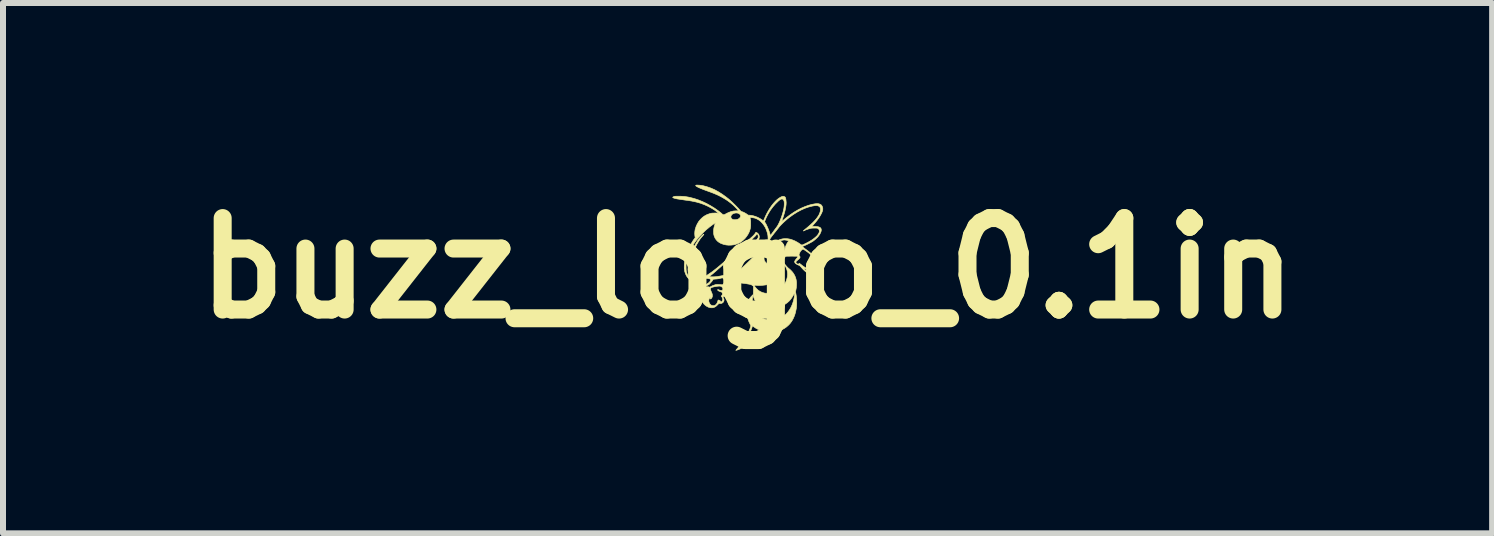
<source format=kicad_pcb>
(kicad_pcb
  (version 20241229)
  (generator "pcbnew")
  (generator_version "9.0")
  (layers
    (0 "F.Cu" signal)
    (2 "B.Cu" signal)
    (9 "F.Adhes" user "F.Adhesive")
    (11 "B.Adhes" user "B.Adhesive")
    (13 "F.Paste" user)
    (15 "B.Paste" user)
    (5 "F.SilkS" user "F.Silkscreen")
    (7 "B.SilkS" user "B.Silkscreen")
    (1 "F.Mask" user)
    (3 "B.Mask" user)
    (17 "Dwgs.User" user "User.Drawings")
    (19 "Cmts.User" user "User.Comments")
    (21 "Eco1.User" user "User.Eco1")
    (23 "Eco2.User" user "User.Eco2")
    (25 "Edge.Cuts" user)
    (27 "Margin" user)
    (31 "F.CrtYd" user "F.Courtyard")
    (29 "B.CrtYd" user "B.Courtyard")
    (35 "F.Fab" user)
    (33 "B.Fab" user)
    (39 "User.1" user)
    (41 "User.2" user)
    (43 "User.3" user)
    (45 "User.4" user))
  (footprint "buzz_logo_0.1in"
    (layer "F.Cu")
    (at 9.405 1.418)
    (property "Reference" "buzz_logo_0.1in" (at 0 0 0) (layer "F.SilkS") (effects (font (size 1.524 1.524) (thickness 0.3))))
    (attr through_hole)
    (fp_poly (pts (xy -0.815 -1.383) (xy -0.796 -1.382) (xy -0.777 -1.38) (xy -0.759 -1.377) (xy -0.745 -1.375) (xy -0.68 -1.358) (xy -0.616 -1.336) (xy -0.551 -1.308) (xy -0.487 -1.273) (xy -0.423 -1.233) (xy -0.358 -1.186) (xy -0.311 -1.149) (xy -0.293 -1.133) (xy -0.273 -1.115) (xy -0.25 -1.094) (xy -0.227 -1.071) (xy -0.203 -1.048) (xy -0.181 -1.025) (xy -0.16 -1.004) (xy -0.143 -0.985) (xy -0.132 -0.972) (xy -0.121 -0.96) (xy -0.114 -0.952) (xy -0.107 -0.947) (xy -0.1 -0.944) (xy -0.092 -0.941) (xy -0.07 -0.933) (xy -0.046 -0.921) (xy -0.023 -0.908) (xy -0.01 -0.898) (xy 0.001 -0.89) (xy 0.008 -0.886) (xy 0.015 -0.883) (xy 0.023 -0.883) (xy 0.029 -0.883) (xy 0.061 -0.88) (xy 0.095 -0.873) (xy 0.131 -0.862) (xy 0.167 -0.848) (xy 0.202 -0.83) (xy 0.234 -0.81) (xy 0.238 -0.807) (xy 0.248 -0.8) (xy 0.257 -0.794) (xy 0.262 -0.79) (xy 0.262 -0.79) (xy 0.265 -0.791) (xy 0.269 -0.798) (xy 0.275 -0.81) (xy 0.28 -0.822) (xy 0.301 -0.87) (xy 0.324 -0.917) (xy 0.35 -0.963) (xy 0.377 -1.006) (xy 0.405 -1.046) (xy 0.434 -1.082) (xy 0.464 -1.115) (xy 0.493 -1.143) (xy 0.523 -1.166) (xy 0.551 -1.183) (xy 0.553 -1.184) (xy 0.572 -1.193) (xy 0.589 -1.197) (xy 0.603 -1.196) (xy 0.615 -1.192) (xy 0.62 -1.189) (xy 0.625 -1.185) (xy 0.63 -1.179) (xy 0.633 -1.171) (xy 0.636 -1.16) (xy 0.639 -1.144) (xy 0.641 -1.126) (xy 0.644 -1.092) (xy 0.642 -1.055) (xy 0.636 -1.014) (xy 0.627 -0.968) (xy 0.614 -0.917) (xy 0.597 -0.862) (xy 0.591 -0.845) (xy 0.585 -0.826) (xy 0.579 -0.81) (xy 0.575 -0.796) (xy 0.571 -0.786) (xy 0.57 -0.781) (xy 0.57 -0.779) (xy 0.573 -0.779) (xy 0.579 -0.784) (xy 0.588 -0.792) (xy 0.594 -0.797) (xy 0.652 -0.846) (xy 0.711 -0.89) (xy 0.771 -0.931) (xy 0.832 -0.967) (xy 0.893 -0.999) (xy 0.954 -1.025) (xy 1.014 -1.047) (xy 1.072 -1.063) (xy 1.129 -1.073) (xy 1.131 -1.073) (xy 1.16 -1.075) (xy 1.186 -1.073) (xy 1.208 -1.066) (xy 1.226 -1.055) (xy 1.236 -1.044) (xy 1.245 -1.028) (xy 1.251 -1.009) (xy 1.254 -0.99) (xy 1.254 -0.987) (xy 1.252 -0.967) (xy 1.245 -0.943) (xy 1.234 -0.917) (xy 1.219 -0.888) (xy 1.201 -0.857) (xy 1.179 -0.824) (xy 1.155 -0.791) (xy 1.128 -0.758) (xy 1.099 -0.725) (xy 1.098 -0.723) (xy 1.073 -0.695) (xy 1.115 -0.695) (xy 1.147 -0.694) (xy 1.173 -0.691) (xy 1.194 -0.685) (xy 1.21 -0.677) (xy 1.221 -0.666) (xy 1.227 -0.652) (xy 1.229 -0.635) (xy 1.226 -0.615) (xy 1.218 -0.593) (xy 1.206 -0.569) (xy 1.19 -0.545) (xy 1.171 -0.52) (xy 1.148 -0.497) (xy 1.124 -0.475) (xy 1.099 -0.455) (xy 1.092 -0.45) (xy 1.071 -0.437) (xy 1.049 -0.425) (xy 1.025 -0.412) (xy 0.997 -0.398) (xy 0.965 -0.383) (xy 0.963 -0.382) (xy 0.914 -0.361) (xy 0.922 -0.353) (xy 0.926 -0.349) (xy 0.935 -0.342) (xy 0.947 -0.332) (xy 0.962 -0.32) (xy 0.979 -0.308) (xy 0.991 -0.299) (xy 1.019 -0.277) (xy 1.046 -0.255) (xy 1.07 -0.234) (xy 1.091 -0.214) (xy 1.109 -0.196) (xy 1.122 -0.181) (xy 1.129 -0.171) (xy 1.133 -0.162) (xy 1.136 -0.155) (xy 1.137 -0.146) (xy 1.136 -0.134) (xy 1.136 -0.131) (xy 1.135 -0.118) (xy 1.133 -0.108) (xy 1.13 -0.098) (xy 1.124 -0.086) (xy 1.121 -0.079) (xy 1.11 -0.058) (xy 1.101 -0.04) (xy 1.094 -0.027) (xy 1.089 -0.016) (xy 1.086 -0.007) (xy 1.083 0.002) (xy 1.081 0.011) (xy 1.08 0.012) (xy 1.073 0.034) (xy 1.061 0.052) (xy 1.044 0.066) (xy 1.033 0.072) (xy 1.019 0.077) (xy 1.006 0.078) (xy 0.992 0.074) (xy 0.977 0.066) (xy 0.972 0.062) (xy 0.959 0.051) (xy 0.945 0.039) (xy 0.932 0.026) (xy 0.916 0.01) (xy 0.898 -0.011) (xy 0.898 -0.011) (xy 0.887 -0.024) (xy 0.878 -0.033) (xy 0.871 -0.04) (xy 0.864 -0.044) (xy 0.856 -0.048) (xy 0.847 -0.052) (xy 0.826 -0.061) (xy 0.809 -0.072) (xy 0.795 -0.083) (xy 0.787 -0.095) (xy 0.786 -0.099) (xy 0.806 -0.099) (xy 0.81 -0.087) (xy 0.816 -0.079) (xy 0.823 -0.073) (xy 0.83 -0.071) (xy 0.841 -0.07) (xy 0.841 -0.07) (xy 0.851 -0.07) (xy 0.857 -0.072) (xy 0.86 -0.076) (xy 0.86 -0.076) (xy 0.861 -0.079) (xy 0.864 -0.08) (xy 0.868 -0.078) (xy 0.875 -0.073) (xy 0.885 -0.065) (xy 0.892 -0.06) (xy 0.913 -0.043) (xy 0.931 -0.03) (xy 0.947 -0.02) (xy 0.961 -0.01) (xy 0.965 -0.008) (xy 0.973 -0.003) (xy 0.976 0.000427) (xy 0.975 0.003) (xy 0.973 0.007) (xy 0.967 0.011) (xy 0.96 0.012) (xy 0.954 0.011) (xy 0.941 0.009) (xy 0.954 0.021) (xy 0.969 0.032) (xy 0.985 0.041) (xy 1.001 0.046) (xy 1.011 0.048) (xy 1.022 0.046) (xy 1.034 0.043) (xy 1.037 0.041) (xy 1.045 0.037) (xy 1.05 0.033) (xy 1.051 0.031) (xy 1.049 0.021) (xy 1.045 0.014) (xy 1.041 0.013) (xy 1.035 0.011) (xy 1.033 0.009) (xy 1.034 0.005) (xy 1.037 -0.003) (xy 1.042 -0.015) (xy 1.049 -0.029) (xy 1.052 -0.036) (xy 1.06 -0.052) (xy 1.067 -0.068) (xy 1.073 -0.082) (xy 1.076 -0.091) (xy 1.077 -0.093) (xy 1.079 -0.102) (xy 1.081 -0.106) (xy 1.083 -0.105) (xy 1.085 -0.103) (xy 1.09 -0.099) (xy 1.096 -0.102) (xy 1.103 -0.11) (xy 1.106 -0.115) (xy 1.111 -0.131) (xy 1.11 -0.148) (xy 1.105 -0.165) (xy 1.103 -0.168) (xy 1.092 -0.184) (xy 1.075 -0.204) (xy 1.053 -0.224) (xy 1.027 -0.247) (xy 0.998 -0.27) (xy 0.965 -0.293) (xy 0.945 -0.306) (xy 0.936 -0.313) (xy 0.929 -0.316) (xy 0.924 -0.316) (xy 0.919 -0.315) (xy 0.918 -0.314) (xy 0.905 -0.306) (xy 0.892 -0.293) (xy 0.879 -0.276) (xy 0.871 -0.261) (xy 0.863 -0.243) (xy 0.859 -0.229) (xy 0.858 -0.218) (xy 0.86 -0.21) (xy 0.865 -0.204) (xy 0.873 -0.194) (xy 0.875 -0.184) (xy 0.873 -0.173) (xy 0.864 -0.161) (xy 0.85 -0.147) (xy 0.839 -0.138) (xy 0.828 -0.128) (xy 0.818 -0.12) (xy 0.812 -0.114) (xy 0.81 -0.111) (xy 0.806 -0.099) (xy 0.786 -0.099) (xy 0.784 -0.106) (xy 0.787 -0.118) (xy 0.795 -0.132) (xy 0.807 -0.149) (xy 0.817 -0.161) (xy 0.829 -0.175) (xy 0.835 -0.185) (xy 0.838 -0.191) (xy 0.836 -0.196) (xy 0.829 -0.198) (xy 0.824 -0.199) (xy 0.813 -0.199) (xy 0.798 -0.199) (xy 0.779 -0.199) (xy 0.758 -0.2) (xy 0.736 -0.2) (xy 0.714 -0.2) (xy 0.693 -0.199) (xy 0.674 -0.199) (xy 0.658 -0.199) (xy 0.646 -0.198) (xy 0.638 -0.198) (xy 0.637 -0.198) (xy 0.631 -0.196) (xy 0.629 -0.192) (xy 0.627 -0.188) (xy 0.622 -0.181) (xy 0.615 -0.17) (xy 0.606 -0.159) (xy 0.598 -0.147) (xy 0.59 -0.137) (xy 0.586 -0.129) (xy 0.584 -0.125) (xy 0.586 -0.118) (xy 0.591 -0.108) (xy 0.598 -0.096) (xy 0.607 -0.083) (xy 0.612 -0.076) (xy 0.629 -0.056) (xy 0.645 -0.037) (xy 0.66 -0.02) (xy 0.673 -0.007) (xy 0.684 0.003) (xy 0.688 0.006) (xy 0.703 0.018) (xy 0.72 0.034) (xy 0.737 0.052) (xy 0.752 0.069) (xy 0.759 0.079) (xy 0.782 0.115) (xy 0.799 0.153) (xy 0.81 0.193) (xy 0.816 0.236) (xy 0.816 0.281) (xy 0.812 0.329) (xy 0.806 0.361) (xy 0.8 0.394) (xy 0.806 0.427) (xy 0.812 0.464) (xy 0.816 0.505) (xy 0.818 0.548) (xy 0.819 0.59) (xy 0.817 0.631) (xy 0.813 0.668) (xy 0.811 0.679) (xy 0.799 0.737) (xy 0.783 0.79) (xy 0.762 0.838) (xy 0.738 0.882) (xy 0.709 0.921) (xy 0.686 0.946) (xy 0.649 0.979) (xy 0.608 1.007) (xy 0.563 1.03) (xy 0.513 1.048) (xy 0.46 1.062) (xy 0.402 1.071) (xy 0.371 1.074) (xy 0.349 1.075) (xy 0.331 1.076) (xy 0.318 1.078) (xy 0.308 1.08) (xy 0.3 1.082) (xy 0.293 1.086) (xy 0.286 1.09) (xy 0.278 1.097) (xy 0.271 1.103) (xy 0.229 1.136) (xy 0.184 1.17) (xy 0.137 1.202) (xy 0.091 1.233) (xy 0.046 1.261) (xy 0.027 1.272) (xy -0.003 1.288) (xy -0.034 1.304) (xy -0.067 1.32) (xy -0.098 1.334) (xy -0.128 1.347) (xy -0.155 1.358) (xy -0.178 1.366) (xy -0.181 1.366) (xy -0.19 1.369) (xy -0.195 1.37) (xy -0.195 1.369) (xy -0.193 1.366) (xy -0.19 1.362) (xy -0.183 1.353) (xy -0.174 1.343) (xy -0.165 1.332) (xy -0.164 1.331) (xy -0.135 1.331) (xy -0.11 1.318) (xy -0.098 1.311) (xy -0.082 1.303) (xy -0.064 1.293) (xy -0.046 1.283) (xy -0.038 1.278) (xy 0.009 1.252) (xy 0.054 1.225) (xy 0.095 1.2) (xy 0.133 1.176) (xy 0.166 1.153) (xy 0.195 1.132) (xy 0.219 1.113) (xy 0.239 1.096) (xy 0.253 1.08) (xy 0.257 1.075) (xy 0.263 1.066) (xy 0.266 1.06) (xy 0.267 1.058) (xy 0.264 1.056) (xy 0.256 1.053) (xy 0.245 1.049) (xy 0.239 1.047) (xy 0.211 1.037) (xy 0.183 1.024) (xy 0.155 1.01) (xy 0.129 0.995) (xy 0.107 0.979) (xy 0.096 0.97) (xy 0.084 0.959) (xy 0.076 0.982) (xy 0.068 1.006) (xy 0.057 1.034) (xy 0.045 1.064) (xy 0.032 1.093) (xy 0.019 1.121) (xy 0.017 1.124) (xy -0.007 1.169) (xy -0.031 1.208) (xy -0.056 1.244) (xy -0.084 1.278) (xy -0.105 1.3) (xy -0.135 1.331) (xy -0.164 1.331) (xy -0.136 1.296) (xy -0.108 1.259) (xy -0.081 1.221) (xy -0.055 1.182) (xy -0.031 1.144) (xy -0.009 1.108) (xy 0.01 1.073) (xy 0.027 1.04) (xy 0.039 1.011) (xy 0.048 0.986) (xy 0.05 0.98) (xy 0.055 0.959) (xy 0.036 0.919) (xy 0.022 0.889) (xy 0.01 0.856) (xy -0.002 0.824) (xy -0.011 0.794) (xy -0.014 0.778) (xy -0.016 0.765) (xy -0.018 0.748) (xy -0.02 0.729) (xy -0.021 0.708) (xy -0.021 0.703) (xy -0.022 0.682) (xy -0.022 0.665) (xy -0.021 0.652) (xy -0.02 0.639) (xy -0.017 0.627) (xy -0.017 0.622) (xy -0.006 0.581) (xy 0.006 0.554) (xy 0.077 0.554) (xy 0.078 0.598) (xy 0.085 0.64) (xy 0.098 0.679) (xy 0.107 0.7) (xy 0.127 0.734) (xy 0.153 0.765) (xy 0.183 0.793) (xy 0.216 0.817) (xy 0.252 0.836) (xy 0.29 0.85) (xy 0.31 0.855) (xy 0.328 0.858) (xy 0.35 0.86) (xy 0.375 0.86) (xy 0.4 0.859) (xy 0.423 0.858) (xy 0.439 0.855) (xy 0.458 0.851) (xy 0.48 0.846) (xy 0.503 0.84) (xy 0.525 0.834) (xy 0.543 0.828) (xy 0.55 0.826) (xy 0.584 0.81) (xy 0.616 0.788) (xy 0.647 0.761) (xy 0.675 0.728) (xy 0.701 0.691) (xy 0.725 0.65) (xy 0.745 0.605) (xy 0.753 0.582) (xy 0.759 0.564) (xy 0.765 0.544) (xy 0.77 0.523) (xy 0.775 0.501) (xy 0.779 0.48) (xy 0.782 0.461) (xy 0.784 0.444) (xy 0.785 0.43) (xy 0.784 0.421) (xy 0.783 0.416) (xy 0.782 0.416) (xy 0.779 0.419) (xy 0.775 0.426) (xy 0.771 0.436) (xy 0.77 0.437) (xy 0.759 0.458) (xy 0.745 0.481) (xy 0.729 0.505) (xy 0.712 0.527) (xy 0.696 0.545) (xy 0.694 0.547) (xy 0.66 0.577) (xy 0.624 0.602) (xy 0.585 0.622) (xy 0.556 0.633) (xy 0.524 0.642) (xy 0.495 0.649) (xy 0.464 0.653) (xy 0.431 0.654) (xy 0.419 0.654) (xy 0.364 0.652) (xy 0.312 0.645) (xy 0.264 0.633) (xy 0.22 0.616) (xy 0.213 0.612) (xy 0.196 0.604) (xy 0.184 0.596) (xy 0.172 0.588) (xy 0.16 0.576) (xy 0.154 0.57) (xy 0.131 0.544) (xy 0.114 0.516) (xy 0.103 0.487) (xy 0.102 0.483) (xy 0.1 0.471) (xy 0.097 0.461) (xy 0.097 0.459) (xy 0.095 0.454) (xy 0.094 0.453) (xy 0.092 0.457) (xy 0.09 0.465) (xy 0.081 0.51) (xy 0.077 0.554) (xy 0.006 0.554) (xy 0.01 0.544) (xy 0.03 0.51) (xy 0.056 0.478) (xy 0.066 0.467) (xy 0.096 0.437) (xy 0.098 0.371) (xy 0.098 0.347) (xy 0.098 0.328) (xy 0.098 0.315) (xy 0.096 0.304) (xy 0.094 0.297) (xy 0.09 0.292) (xy 0.084 0.288) (xy 0.077 0.284) (xy 0.109 0.284) (xy 0.11 0.287) (xy 0.114 0.293) (xy 0.12 0.303) (xy 0.122 0.307) (xy 0.147 0.338) (xy 0.175 0.365) (xy 0.207 0.387) (xy 0.243 0.404) (xy 0.282 0.415) (xy 0.288 0.416) (xy 0.305 0.418) (xy 0.327 0.418) (xy 0.35 0.417) (xy 0.374 0.414) (xy 0.396 0.411) (xy 0.408 0.408) (xy 0.435 0.399) (xy 0.465 0.387) (xy 0.495 0.372) (xy 0.522 0.356) (xy 0.535 0.347) (xy 0.551 0.334) (xy 0.569 0.318) (xy 0.587 0.3) (xy 0.603 0.282) (xy 0.616 0.266) (xy 0.625 0.253) (xy 0.641 0.221) (xy 0.653 0.186) (xy 0.662 0.15) (xy 0.666 0.113) (xy 0.667 0.099) (xy 0.664 0.061) (xy 0.656 0.025) (xy 0.643 -0.008) (xy 0.624 -0.041) (xy 0.599 -0.072) (xy 0.586 -0.086) (xy 0.576 -0.096) (xy 0.567 -0.104) (xy 0.562 -0.109) (xy 0.56 -0.11) (xy 0.559 -0.106) (xy 0.561 -0.098) (xy 0.562 -0.09) (xy 0.565 -0.073) (xy 0.566 -0.051) (xy 0.566 -0.028) (xy 0.565 -0.004) (xy 0.563 0.018) (xy 0.561 0.03) (xy 0.554 0.059) (xy 0.543 0.089) (xy 0.531 0.119) (xy 0.516 0.147) (xy 0.501 0.173) (xy 0.485 0.195) (xy 0.468 0.212) (xy 0.465 0.214) (xy 0.445 0.229) (xy 0.421 0.243) (xy 0.394 0.255) (xy 0.373 0.263) (xy 0.338 0.273) (xy 0.298 0.28) (xy 0.255 0.285) (xy 0.212 0.288) (xy 0.169 0.288) (xy 0.148 0.286) (xy 0.133 0.285) (xy 0.121 0.284) (xy 0.112 0.284) (xy 0.109 0.284) (xy 0.109 0.284) (xy 0.077 0.284) (xy 0.077 0.284) (xy 0.072 0.282) (xy 0.062 0.277) (xy 0.051 0.273) (xy 0.037 0.269) (xy 0.022 0.266) (xy 0.003 0.263) (xy -0.019 0.259) (xy -0.046 0.255) (xy -0.079 0.251) (xy -0.094 0.249) (xy -0.11 0.248) (xy -0.131 0.246) (xy -0.154 0.244) (xy -0.179 0.243) (xy -0.203 0.241) (xy -0.207 0.241) (xy -0.235 0.24) (xy -0.259 0.238) (xy -0.278 0.236) (xy -0.294 0.234) (xy -0.307 0.23) (xy -0.318 0.226) (xy -0.328 0.222) (xy -0.336 0.218) (xy -0.34 0.216) (xy -0.341 0.216) (xy -0.343 0.219) (xy -0.347 0.226) (xy -0.354 0.236) (xy -0.356 0.24) (xy -0.371 0.263) (xy -0.381 0.283) (xy -0.387 0.299) (xy -0.389 0.313) (xy -0.387 0.327) (xy -0.381 0.34) (xy -0.371 0.353) (xy -0.362 0.364) (xy -0.347 0.381) (xy -0.337 0.395) (xy -0.331 0.408) (xy -0.33 0.42) (xy -0.333 0.433) (xy -0.335 0.436) (xy -0.341 0.446) (xy -0.352 0.454) (xy -0.368 0.461) (xy -0.382 0.465) (xy -0.393 0.468) (xy -0.402 0.472) (xy -0.406 0.475) (xy -0.409 0.478) (xy -0.409 0.482) (xy -0.406 0.488) (xy -0.403 0.496) (xy -0.395 0.512) (xy -0.392 0.526) (xy -0.392 0.539) (xy -0.394 0.547) (xy -0.401 0.563) (xy -0.413 0.575) (xy -0.428 0.585) (xy -0.445 0.589) (xy -0.462 0.589) (xy -0.476 0.587) (xy -0.502 0.613) (xy -0.522 0.632) (xy -0.54 0.645) (xy -0.557 0.653) (xy -0.575 0.658) (xy -0.589 0.66) (xy -0.619 0.659) (xy -0.649 0.651) (xy -0.678 0.637) (xy -0.703 0.62) (xy -0.728 0.596) (xy -0.75 0.567) (xy -0.763 0.545) (xy -0.646 0.545) (xy -0.643 0.563) (xy -0.634 0.585) (xy -0.622 0.603) (xy -0.606 0.616) (xy -0.588 0.623) (xy -0.568 0.625) (xy -0.551 0.622) (xy -0.535 0.614) (xy -0.521 0.601) (xy -0.509 0.584) (xy -0.499 0.562) (xy -0.495 0.547) (xy -0.492 0.537) (xy -0.49 0.532) (xy -0.487 0.531) (xy -0.481 0.532) (xy -0.469 0.536) (xy -0.458 0.542) (xy -0.45 0.549) (xy -0.45 0.55) (xy -0.448 0.555) (xy -0.452 0.56) (xy -0.453 0.56) (xy -0.456 0.563) (xy -0.455 0.565) (xy -0.449 0.565) (xy -0.441 0.564) (xy -0.434 0.559) (xy -0.427 0.553) (xy -0.419 0.541) (xy -0.414 0.531) (xy -0.414 0.52) (xy -0.416 0.51) (xy -0.421 0.492) (xy -0.428 0.479) (xy -0.435 0.472) (xy -0.438 0.47) (xy -0.438 0.467) (xy -0.435 0.462) (xy -0.43 0.457) (xy -0.423 0.448) (xy -0.42 0.44) (xy -0.419 0.43) (xy -0.419 0.428) (xy -0.42 0.415) (xy -0.423 0.406) (xy -0.425 0.404) (xy -0.393 0.404) (xy -0.392 0.416) (xy -0.389 0.428) (xy -0.386 0.438) (xy -0.383 0.445) (xy -0.38 0.448) (xy -0.375 0.446) (xy -0.368 0.441) (xy -0.365 0.438) (xy -0.357 0.429) (xy -0.355 0.419) (xy -0.359 0.41) (xy -0.369 0.399) (xy -0.371 0.397) (xy -0.38 0.39) (xy -0.385 0.387) (xy -0.389 0.387) (xy -0.39 0.389) (xy -0.392 0.395) (xy -0.393 0.404) (xy -0.425 0.404) (xy -0.43 0.4) (xy -0.442 0.395) (xy -0.442 0.395) (xy -0.465 0.387) (xy -0.481 0.38) (xy -0.492 0.373) (xy -0.498 0.365) (xy -0.498 0.361) (xy -0.497 0.357) (xy -0.491 0.356) (xy -0.48 0.36) (xy -0.472 0.364) (xy -0.458 0.369) (xy -0.444 0.371) (xy -0.431 0.371) (xy -0.421 0.368) (xy -0.418 0.366) (xy -0.412 0.355) (xy -0.411 0.342) (xy -0.414 0.331) (xy -0.422 0.319) (xy -0.433 0.309) (xy -0.445 0.302) (xy -0.446 0.302) (xy -0.459 0.299) (xy -0.477 0.299) (xy -0.5 0.301) (xy -0.527 0.305) (xy -0.545 0.308) (xy -0.566 0.313) (xy -0.583 0.317) (xy -0.595 0.321) (xy -0.604 0.325) (xy -0.609 0.329) (xy -0.614 0.335) (xy -0.615 0.337) (xy -0.617 0.344) (xy -0.618 0.352) (xy -0.616 0.362) (xy -0.611 0.376) (xy -0.604 0.393) (xy -0.6 0.404) (xy -0.593 0.419) (xy -0.589 0.43) (xy -0.587 0.44) (xy -0.586 0.451) (xy -0.586 0.456) (xy -0.586 0.469) (xy -0.588 0.479) (xy -0.592 0.488) (xy -0.595 0.493) (xy -0.603 0.505) (xy -0.611 0.512) (xy -0.617 0.514) (xy -0.618 0.512) (xy -0.619 0.504) (xy -0.619 0.501) (xy -0.619 0.488) (xy -0.626 0.494) (xy -0.637 0.508) (xy -0.644 0.525) (xy -0.646 0.545) (xy -0.763 0.545) (xy -0.769 0.535) (xy -0.784 0.499) (xy -0.795 0.461) (xy -0.802 0.424) (xy -0.802 0.407) (xy -0.8 0.387) (xy -0.796 0.367) (xy -0.791 0.35) (xy -0.788 0.344) (xy -0.78 0.331) (xy -0.769 0.321) (xy -0.727 0.321) (xy -0.724 0.321) (xy -0.717 0.32) (xy -0.707 0.317) (xy -0.693 0.313) (xy -0.677 0.311) (xy -0.668 0.31) (xy -0.656 0.311) (xy -0.644 0.312) (xy -0.639 0.314) (xy -0.631 0.317) (xy -0.626 0.316) (xy -0.623 0.314) (xy -0.614 0.308) (xy -0.601 0.301) (xy -0.585 0.293) (xy -0.567 0.286) (xy -0.55 0.28) (xy -0.539 0.276) (xy -0.53 0.274) (xy -0.521 0.273) (xy -0.512 0.272) (xy -0.499 0.272) (xy -0.483 0.273) (xy -0.476 0.273) (xy -0.459 0.274) (xy -0.445 0.275) (xy -0.433 0.276) (xy -0.426 0.277) (xy -0.425 0.278) (xy -0.42 0.277) (xy -0.413 0.273) (xy -0.405 0.267) (xy -0.392 0.253) (xy -0.384 0.237) (xy -0.378 0.22) (xy -0.377 0.212) (xy -0.377 0.206) (xy -0.38 0.2) (xy -0.386 0.192) (xy -0.388 0.19) (xy -0.397 0.18) (xy -0.405 0.172) (xy -0.41 0.167) (xy -0.416 0.163) (xy -0.422 0.162) (xy -0.429 0.163) (xy -0.434 0.165) (xy -0.455 0.17) (xy -0.476 0.175) (xy -0.498 0.178) (xy -0.525 0.181) (xy -0.531 0.181) (xy -0.574 0.185) (xy -0.58 0.198) (xy -0.583 0.204) (xy -0.589 0.213) (xy -0.597 0.223) (xy -0.609 0.236) (xy -0.624 0.253) (xy -0.633 0.263) (xy -0.638 0.269) (xy -0.646 0.274) (xy -0.656 0.279) (xy -0.669 0.286) (xy -0.687 0.294) (xy -0.695 0.297) (xy -0.706 0.302) (xy -0.716 0.309) (xy -0.723 0.315) (xy -0.727 0.32) (xy -0.727 0.321) (xy -0.769 0.321) (xy -0.767 0.319) (xy -0.75 0.306) (xy -0.728 0.292) (xy -0.705 0.28) (xy -0.679 0.265) (xy -0.659 0.252) (xy -0.643 0.24) (xy -0.631 0.228) (xy -0.622 0.215) (xy -0.62 0.212) (xy -0.616 0.203) (xy -0.614 0.197) (xy -0.615 0.193) (xy -0.618 0.188) (xy -0.621 0.184) (xy -0.624 0.181) (xy -0.629 0.179) (xy -0.636 0.177) (xy -0.648 0.175) (xy -0.659 0.173) (xy -0.687 0.169) (xy -0.711 0.182) (xy -0.744 0.199) (xy -0.776 0.212) (xy -0.795 0.218) (xy -0.812 0.221) (xy -0.832 0.223) (xy -0.853 0.225) (xy -0.874 0.225) (xy -0.891 0.224) (xy -0.899 0.222) (xy -0.927 0.213) (xy -0.954 0.199) (xy -0.978 0.179) (xy -1 0.154) (xy -1.019 0.126) (xy -1.034 0.093) (xy -1.046 0.058) (xy -1.049 0.042) (xy -1.052 0.021) (xy -1.054 -0.005) (xy -1.054 -0.024) (xy -1.024 -0.024) (xy -1.024 -0.001) (xy -1.023 0.017) (xy -1.023 0.031) (xy -1.021 0.042) (xy -1.02 0.051) (xy -1.018 0.061) (xy -1.017 0.065) (xy -1.009 0.087) (xy -1 0.108) (xy -0.99 0.128) (xy -0.98 0.144) (xy -0.976 0.148) (xy -0.965 0.16) (xy -0.97 0.148) (xy -0.983 0.11) (xy -0.99 0.067) (xy -0.993 0.021) (xy -0.99 -0.029) (xy -0.983 -0.082) (xy -0.971 -0.14) (xy -0.954 -0.202) (xy -0.944 -0.233) (xy -0.931 -0.268) (xy -0.916 -0.305) (xy -0.898 -0.343) (xy -0.878 -0.381) (xy -0.857 -0.418) (xy -0.837 -0.451) (xy -0.818 -0.478) (xy -0.809 -0.49) (xy -0.798 -0.503) (xy -0.785 -0.517) (xy -0.772 -0.53) (xy -0.76 -0.543) (xy -0.748 -0.553) (xy -0.739 -0.561) (xy -0.732 -0.566) (xy -0.729 -0.566) (xy -0.728 -0.564) (xy -0.729 -0.56) (xy -0.734 -0.553) (xy -0.743 -0.543) (xy -0.746 -0.539) (xy -0.768 -0.513) (xy -0.788 -0.488) (xy -0.806 -0.461) (xy -0.825 -0.43) (xy -0.836 -0.412) (xy -0.848 -0.39) (xy -0.86 -0.366) (xy -0.873 -0.342) (xy -0.885 -0.317) (xy -0.896 -0.294) (xy -0.905 -0.272) (xy -0.913 -0.254) (xy -0.918 -0.241) (xy -0.919 -0.24) (xy -0.932 -0.195) (xy -0.943 -0.147) (xy -0.952 -0.098) (xy -0.959 -0.05) (xy -0.964 -0.003) (xy -0.965 0.039) (xy -0.965 0.04) (xy -0.964 0.079) (xy -0.959 0.113) (xy -0.952 0.141) (xy -0.941 0.164) (xy -0.927 0.182) (xy -0.91 0.194) (xy -0.89 0.201) (xy -0.866 0.203) (xy -0.839 0.2) (xy -0.828 0.197) (xy -0.813 0.193) (xy -0.797 0.187) (xy -0.781 0.18) (xy -0.764 0.172) (xy -0.745 0.161) (xy -0.723 0.148) (xy -0.697 0.133) (xy -0.669 0.114) (xy -0.635 0.091) (xy -0.629 0.087) (xy -0.589 0.059) (xy -0.546 0.026) (xy -0.498 -0.012) (xy -0.447 -0.055) (xy -0.392 -0.103) (xy -0.39 -0.105) (xy -0.364 -0.129) (xy -0.338 -0.153) (xy -0.313 -0.175) (xy -0.291 -0.197) (xy -0.289 -0.198) (xy -0.254 -0.198) (xy -0.253 -0.197) (xy -0.253 -0.197) (xy -0.25 -0.198) (xy -0.243 -0.2) (xy -0.238 -0.201) (xy -0.223 -0.207) (xy -0.211 -0.212) (xy -0.205 -0.217) (xy -0.203 -0.22) (xy -0.205 -0.226) (xy -0.208 -0.23) (xy -0.21 -0.233) (xy -0.213 -0.233) (xy -0.217 -0.231) (xy -0.224 -0.226) (xy -0.233 -0.218) (xy -0.244 -0.208) (xy -0.251 -0.201) (xy -0.254 -0.198) (xy -0.289 -0.198) (xy -0.271 -0.216) (xy -0.254 -0.233) (xy -0.24 -0.247) (xy -0.239 -0.249) (xy -0.195 -0.249) (xy -0.192 -0.243) (xy -0.189 -0.238) (xy -0.183 -0.231) (xy -0.179 -0.228) (xy -0.175 -0.228) (xy -0.173 -0.229) (xy -0.168 -0.232) (xy -0.159 -0.237) (xy -0.146 -0.244) (xy -0.132 -0.253) (xy -0.122 -0.258) (xy -0.107 -0.267) (xy -0.093 -0.275) (xy -0.083 -0.281) (xy -0.076 -0.286) (xy -0.074 -0.287) (xy -0.072 -0.293) (xy -0.074 -0.302) (xy -0.078 -0.314) (xy -0.085 -0.326) (xy -0.088 -0.331) (xy -0.096 -0.343) (xy -0.112 -0.33) (xy -0.126 -0.318) (xy -0.141 -0.306) (xy -0.156 -0.293) (xy -0.169 -0.281) (xy -0.18 -0.271) (xy -0.188 -0.263) (xy -0.192 -0.258) (xy -0.195 -0.253) (xy -0.195 -0.249) (xy -0.239 -0.249) (xy -0.231 -0.258) (xy -0.229 -0.26) (xy -0.221 -0.27) (xy -0.21 -0.282) (xy -0.197 -0.295) (xy -0.186 -0.306) (xy -0.172 -0.319) (xy -0.155 -0.335) (xy -0.134 -0.353) (xy -0.127 -0.359) (xy -0.07 -0.359) (xy -0.07 -0.351) (xy -0.066 -0.341) (xy -0.062 -0.329) (xy -0.061 -0.328) (xy -0.056 -0.315) (xy -0.05 -0.307) (xy -0.044 -0.304) (xy -0.036 -0.306) (xy -0.028 -0.31) (xy -0.018 -0.315) (xy -0.006 -0.324) (xy 0.008 -0.334) (xy 0.022 -0.346) (xy 0.037 -0.358) (xy 0.051 -0.37) (xy 0.063 -0.381) (xy 0.072 -0.39) (xy 0.078 -0.397) (xy 0.079 -0.4) (xy 0.078 -0.408) (xy 0.073 -0.418) (xy 0.066 -0.43) (xy 0.059 -0.44) (xy 0.053 -0.446) (xy 0.044 -0.454) (xy 0.031 -0.447) (xy 0.025 -0.443) (xy 0.014 -0.435) (xy 0.001 -0.425) (xy -0.014 -0.414) (xy -0.026 -0.405) (xy -0.043 -0.391) (xy -0.056 -0.381) (xy -0.064 -0.373) (xy -0.069 -0.366) (xy -0.07 -0.359) (xy -0.127 -0.359) (xy -0.111 -0.372) (xy -0.087 -0.392) (xy -0.063 -0.412) (xy -0.04 -0.43) (xy -0.019 -0.446) (xy -0.001 -0.46) (xy 0.01 -0.468) (xy 0.018 -0.474) (xy 0.07 -0.474) (xy 0.071 -0.469) (xy 0.074 -0.461) (xy 0.078 -0.45) (xy 0.083 -0.439) (xy 0.088 -0.429) (xy 0.092 -0.42) (xy 0.094 -0.416) (xy 0.095 -0.416) (xy 0.098 -0.418) (xy 0.104 -0.422) (xy 0.107 -0.424) (xy 0.116 -0.432) (xy 0.127 -0.444) (xy 0.139 -0.457) (xy 0.15 -0.47) (xy 0.161 -0.484) (xy 0.169 -0.496) (xy 0.175 -0.505) (xy 0.176 -0.51) (xy 0.178 -0.524) (xy 0.177 -0.538) (xy 0.174 -0.55) (xy 0.17 -0.559) (xy 0.17 -0.559) (xy 0.162 -0.567) (xy 0.156 -0.569) (xy 0.151 -0.566) (xy 0.145 -0.557) (xy 0.145 -0.556) (xy 0.138 -0.545) (xy 0.125 -0.531) (xy 0.108 -0.515) (xy 0.103 -0.51) (xy 0.091 -0.498) (xy 0.081 -0.488) (xy 0.074 -0.48) (xy 0.07 -0.475) (xy 0.07 -0.474) (xy 0.018 -0.474) (xy 0.025 -0.479) (xy 0.042 -0.493) (xy 0.059 -0.508) (xy 0.077 -0.524) (xy 0.093 -0.539) (xy 0.107 -0.554) (xy 0.118 -0.567) (xy 0.126 -0.577) (xy 0.128 -0.58) (xy 0.132 -0.589) (xy 0.137 -0.595) (xy 0.138 -0.596) (xy 0.146 -0.596) (xy 0.156 -0.591) (xy 0.167 -0.583) (xy 0.177 -0.573) (xy 0.186 -0.561) (xy 0.19 -0.552) (xy 0.196 -0.532) (xy 0.196 -0.512) (xy 0.191 -0.491) (xy 0.18 -0.469) (xy 0.163 -0.445) (xy 0.162 -0.443) (xy 0.127 -0.404) (xy 0.085 -0.365) (xy 0.038 -0.327) (xy -0.016 -0.29) (xy -0.075 -0.255) (xy -0.139 -0.221) (xy -0.179 -0.201) (xy -0.213 -0.185) (xy -0.243 -0.171) (xy -0.268 -0.158) (xy -0.29 -0.146) (xy -0.308 -0.135) (xy -0.325 -0.124) (xy -0.341 -0.112) (xy -0.356 -0.1) (xy -0.363 -0.094) (xy -0.376 -0.083) (xy -0.391 -0.07) (xy -0.406 -0.058) (xy -0.411 -0.054) (xy -0.422 -0.045) (xy -0.436 -0.032) (xy -0.452 -0.018) (xy -0.469 -0.003) (xy -0.482 0.008) (xy -0.511 0.034) (xy -0.536 0.056) (xy -0.558 0.075) (xy -0.576 0.091) (xy -0.593 0.104) (xy -0.608 0.116) (xy -0.611 0.118) (xy -0.622 0.127) (xy -0.629 0.133) (xy -0.632 0.137) (xy -0.632 0.139) (xy -0.63 0.141) (xy -0.624 0.143) (xy -0.612 0.144) (xy -0.597 0.144) (xy -0.579 0.144) (xy -0.559 0.144) (xy -0.539 0.143) (xy -0.519 0.141) (xy -0.501 0.139) (xy -0.495 0.138) (xy -0.437 0.128) (xy -0.381 0.116) (xy -0.327 0.102) (xy -0.275 0.086) (xy -0.227 0.068) (xy -0.183 0.049) (xy -0.144 0.029) (xy -0.11 0.008) (xy -0.087 -0.009) (xy -0.081 -0.015) (xy -0.07 -0.025) (xy -0.055 -0.039) (xy -0.038 -0.055) (xy -0.018 -0.074) (xy 0.005 -0.096) (xy 0.029 -0.119) (xy 0.054 -0.143) (xy 0.079 -0.168) (xy 0.087 -0.175) (xy 0.275 -0.175) (xy 0.275 -0.153) (xy 0.278 -0.136) (xy 0.283 -0.122) (xy 0.292 -0.109) (xy 0.304 -0.095) (xy 0.324 -0.077) (xy 0.347 -0.063) (xy 0.371 -0.054) (xy 0.396 -0.051) (xy 0.42 -0.052) (xy 0.44 -0.059) (xy 0.458 -0.07) (xy 0.477 -0.085) (xy 0.494 -0.105) (xy 0.503 -0.119) (xy 0.511 -0.13) (xy 0.517 -0.137) (xy 0.522 -0.139) (xy 0.523 -0.14) (xy 0.533 -0.141) (xy 0.545 -0.146) (xy 0.556 -0.152) (xy 0.56 -0.155) (xy 0.564 -0.16) (xy 0.572 -0.168) (xy 0.58 -0.179) (xy 0.585 -0.185) (xy 0.595 -0.199) (xy 0.601 -0.211) (xy 0.603 -0.221) (xy 0.601 -0.231) (xy 0.595 -0.243) (xy 0.589 -0.252) (xy 0.582 -0.264) (xy 0.577 -0.273) (xy 0.575 -0.283) (xy 0.573 -0.296) (xy 0.573 -0.298) (xy 0.573 -0.323) (xy 0.576 -0.347) (xy 0.582 -0.367) (xy 0.592 -0.383) (xy 0.593 -0.385) (xy 0.599 -0.39) (xy 0.602 -0.389) (xy 0.603 -0.384) (xy 0.602 -0.375) (xy 0.597 -0.363) (xy 0.597 -0.362) (xy 0.594 -0.355) (xy 0.593 -0.349) (xy 0.593 -0.343) (xy 0.595 -0.335) (xy 0.598 -0.322) (xy 0.599 -0.32) (xy 0.603 -0.305) (xy 0.608 -0.29) (xy 0.614 -0.277) (xy 0.618 -0.267) (xy 0.622 -0.262) (xy 0.622 -0.262) (xy 0.623 -0.265) (xy 0.623 -0.272) (xy 0.624 -0.284) (xy 0.624 -0.296) (xy 0.624 -0.315) (xy 0.625 -0.329) (xy 0.627 -0.341) (xy 0.631 -0.353) (xy 0.631 -0.354) (xy 0.641 -0.378) (xy 0.652 -0.402) (xy 0.665 -0.425) (xy 0.672 -0.436) (xy 0.678 -0.445) (xy 0.681 -0.45) (xy 0.681 -0.454) (xy 0.678 -0.456) (xy 0.671 -0.459) (xy 0.66 -0.463) (xy 0.646 -0.466) (xy 0.632 -0.468) (xy 0.619 -0.47) (xy 0.615 -0.47) (xy 0.592 -0.468) (xy 0.566 -0.461) (xy 0.539 -0.451) (xy 0.529 -0.446) (xy 0.497 -0.427) (xy 0.467 -0.403) (xy 0.438 -0.373) (xy 0.411 -0.337) (xy 0.41 -0.335) (xy 0.402 -0.324) (xy 0.397 -0.317) (xy 0.391 -0.313) (xy 0.385 -0.311) (xy 0.375 -0.309) (xy 0.375 -0.309) (xy 0.354 -0.303) (xy 0.335 -0.291) (xy 0.317 -0.275) (xy 0.302 -0.257) (xy 0.291 -0.241) (xy 0.283 -0.228) (xy 0.278 -0.216) (xy 0.276 -0.202) (xy 0.275 -0.184) (xy 0.275 -0.175) (xy 0.087 -0.175) (xy 0.105 -0.192) (xy 0.129 -0.215) (xy 0.151 -0.237) (xy 0.172 -0.257) (xy 0.191 -0.275) (xy 0.206 -0.289) (xy 0.219 -0.301) (xy 0.228 -0.309) (xy 0.232 -0.313) (xy 0.233 -0.313) (xy 0.24 -0.318) (xy 0.252 -0.323) (xy 0.267 -0.33) (xy 0.28 -0.335) (xy 0.309 -0.346) (xy 0.349 -0.346) (xy 0.362 -0.346) (xy 0.369 -0.346) (xy 0.375 -0.348) (xy 0.38 -0.352) (xy 0.387 -0.359) (xy 0.395 -0.368) (xy 0.427 -0.401) (xy 0.458 -0.429) (xy 0.488 -0.451) (xy 0.518 -0.468) (xy 0.549 -0.48) (xy 0.582 -0.488) (xy 0.616 -0.492) (xy 0.631 -0.492) (xy 0.671 -0.49) (xy 0.71 -0.483) (xy 0.75 -0.47) (xy 0.791 -0.453) (xy 0.833 -0.43) (xy 0.867 -0.408) (xy 0.88 -0.399) (xy 0.892 -0.392) (xy 0.9 -0.387) (xy 0.905 -0.384) (xy 0.905 -0.384) (xy 0.909 -0.385) (xy 0.917 -0.389) (xy 0.929 -0.394) (xy 0.943 -0.4) (xy 0.95 -0.403) (xy 0.993 -0.424) (xy 1.033 -0.446) (xy 1.069 -0.468) (xy 1.102 -0.491) (xy 1.13 -0.514) (xy 1.154 -0.536) (xy 1.173 -0.559) (xy 1.186 -0.58) (xy 1.195 -0.6) (xy 1.197 -0.617) (xy 1.194 -0.635) (xy 1.187 -0.649) (xy 1.174 -0.659) (xy 1.171 -0.661) (xy 1.165 -0.664) (xy 1.159 -0.666) (xy 1.151 -0.667) (xy 1.141 -0.668) (xy 1.127 -0.668) (xy 1.113 -0.668) (xy 1.094 -0.668) (xy 1.079 -0.667) (xy 1.066 -0.666) (xy 1.055 -0.664) (xy 1.041 -0.661) (xy 1.037 -0.659) (xy 1.018 -0.654) (xy 0.998 -0.647) (xy 0.978 -0.64) (xy 0.96 -0.633) (xy 0.945 -0.626) (xy 0.939 -0.623) (xy 0.932 -0.62) (xy 0.929 -0.62) (xy 0.931 -0.623) (xy 0.938 -0.629) (xy 0.949 -0.639) (xy 0.965 -0.652) (xy 0.966 -0.653) (xy 1.013 -0.692) (xy 1.055 -0.729) (xy 1.092 -0.764) (xy 1.123 -0.797) (xy 1.15 -0.828) (xy 1.171 -0.858) (xy 1.189 -0.886) (xy 1.201 -0.913) (xy 1.21 -0.939) (xy 1.212 -0.948) (xy 1.215 -0.973) (xy 1.215 -0.993) (xy 1.21 -1.01) (xy 1.201 -1.023) (xy 1.187 -1.033) (xy 1.182 -1.035) (xy 1.165 -1.041) (xy 1.142 -1.043) (xy 1.115 -1.041) (xy 1.082 -1.035) (xy 1.081 -1.035) (xy 1.018 -1.019) (xy 0.954 -0.997) (xy 0.89 -0.968) (xy 0.825 -0.933) (xy 0.76 -0.892) (xy 0.695 -0.845) (xy 0.652 -0.81) (xy 0.635 -0.794) (xy 0.615 -0.777) (xy 0.595 -0.758) (xy 0.575 -0.738) (xy 0.557 -0.72) (xy 0.541 -0.703) (xy 0.528 -0.688) (xy 0.521 -0.679) (xy 0.515 -0.671) (xy 0.505 -0.658) (xy 0.492 -0.642) (xy 0.478 -0.624) (xy 0.462 -0.604) (xy 0.446 -0.584) (xy 0.44 -0.577) (xy 0.425 -0.557) (xy 0.41 -0.539) (xy 0.398 -0.522) (xy 0.387 -0.508) (xy 0.38 -0.497) (xy 0.375 -0.49) (xy 0.374 -0.488) (xy 0.373 -0.481) (xy 0.37 -0.469) (xy 0.367 -0.454) (xy 0.364 -0.436) (xy 0.36 -0.418) (xy 0.357 -0.399) (xy 0.354 -0.383) (xy 0.352 -0.369) (xy 0.351 -0.361) (xy 0.349 -0.346) (xy 0.309 -0.346) (xy 0.316 -0.349) (xy 0.323 -0.367) (xy 0.332 -0.393) (xy 0.338 -0.419) (xy 0.341 -0.449) (xy 0.342 -0.482) (xy 0.342 -0.497) (xy 0.341 -0.518) (xy 0.34 -0.536) (xy 0.338 -0.55) (xy 0.336 -0.564) (xy 0.332 -0.579) (xy 0.331 -0.584) (xy 0.316 -0.631) (xy 0.298 -0.674) (xy 0.275 -0.712) (xy 0.249 -0.747) (xy 0.224 -0.773) (xy 0.284 -0.773) (xy 0.294 -0.757) (xy 0.305 -0.74) (xy 0.316 -0.718) (xy 0.328 -0.693) (xy 0.34 -0.666) (xy 0.351 -0.638) (xy 0.361 -0.611) (xy 0.369 -0.587) (xy 0.375 -0.565) (xy 0.376 -0.558) (xy 0.378 -0.55) (xy 0.381 -0.546) (xy 0.381 -0.546) (xy 0.384 -0.549) (xy 0.389 -0.555) (xy 0.398 -0.566) (xy 0.408 -0.579) (xy 0.419 -0.595) (xy 0.424 -0.601) (xy 0.437 -0.619) (xy 0.45 -0.637) (xy 0.463 -0.655) (xy 0.474 -0.669) (xy 0.482 -0.68) (xy 0.483 -0.681) (xy 0.499 -0.704) (xy 0.515 -0.733) (xy 0.531 -0.766) (xy 0.547 -0.803) (xy 0.562 -0.843) (xy 0.576 -0.884) (xy 0.589 -0.927) (xy 0.597 -0.958) (xy 0.605 -0.995) (xy 0.61 -1.03) (xy 0.612 -1.06) (xy 0.612 -1.087) (xy 0.61 -1.11) (xy 0.604 -1.128) (xy 0.596 -1.142) (xy 0.586 -1.15) (xy 0.573 -1.152) (xy 0.562 -1.151) (xy 0.55 -1.145) (xy 0.535 -1.136) (xy 0.518 -1.122) (xy 0.51 -1.115) (xy 0.464 -1.07) (xy 0.421 -1.02) (xy 0.381 -0.966) (xy 0.346 -0.909) (xy 0.315 -0.85) (xy 0.296 -0.805) (xy 0.284 -0.773) (xy 0.224 -0.773) (xy 0.22 -0.777) (xy 0.188 -0.802) (xy 0.154 -0.821) (xy 0.133 -0.83) (xy 0.121 -0.834) (xy 0.106 -0.837) (xy 0.091 -0.84) (xy 0.075 -0.842) (xy 0.061 -0.844) (xy 0.051 -0.844) (xy 0.045 -0.843) (xy 0.044 -0.842) (xy 0.043 -0.837) (xy 0.044 -0.827) (xy 0.047 -0.817) (xy 0.049 -0.806) (xy 0.051 -0.793) (xy 0.052 -0.776) (xy 0.052 -0.756) (xy 0.052 -0.74) (xy 0.052 -0.711) (xy 0.05 -0.687) (xy 0.047 -0.665) (xy 0.042 -0.645) (xy 0.035 -0.624) (xy 0.029 -0.606) (xy 0.009 -0.566) (xy -0.016 -0.528) (xy -0.045 -0.492) (xy -0.078 -0.461) (xy -0.113 -0.434) (xy -0.118 -0.431) (xy -0.152 -0.413) (xy -0.191 -0.399) (xy -0.231 -0.389) (xy -0.273 -0.384) (xy -0.316 -0.383) (xy -0.358 -0.387) (xy -0.398 -0.396) (xy -0.435 -0.409) (xy -0.443 -0.412) (xy -0.475 -0.43) (xy -0.501 -0.45) (xy -0.522 -0.473) (xy -0.54 -0.499) (xy -0.545 -0.51) (xy -0.554 -0.53) (xy -0.56 -0.55) (xy -0.564 -0.569) (xy -0.565 -0.592) (xy -0.566 -0.608) (xy -0.565 -0.636) (xy -0.562 -0.662) (xy -0.557 -0.688) (xy -0.548 -0.717) (xy -0.546 -0.725) (xy -0.542 -0.738) (xy -0.539 -0.748) (xy -0.538 -0.753) (xy -0.538 -0.755) (xy -0.54 -0.753) (xy -0.548 -0.749) (xy -0.558 -0.741) (xy -0.571 -0.732) (xy -0.586 -0.721) (xy -0.602 -0.709) (xy -0.618 -0.697) (xy -0.633 -0.686) (xy -0.647 -0.675) (xy -0.652 -0.67) (xy -0.693 -0.636) (xy -0.734 -0.597) (xy -0.775 -0.555) (xy -0.814 -0.513) (xy -0.849 -0.47) (xy -0.865 -0.449) (xy -0.894 -0.408) (xy -0.921 -0.364) (xy -0.946 -0.317) (xy -0.968 -0.271) (xy -0.987 -0.225) (xy -1.002 -0.182) (xy -1.005 -0.171) (xy -1.011 -0.146) (xy -1.016 -0.126) (xy -1.019 -0.107) (xy -1.022 -0.089) (xy -1.023 -0.07) (xy -1.024 -0.047) (xy -1.024 -0.024) (xy -1.054 -0.024) (xy -1.054 -0.033) (xy -1.053 -0.063) (xy -1.05 -0.093) (xy -1.046 -0.121) (xy -1.043 -0.137) (xy -1.032 -0.183) (xy -1.017 -0.231) (xy -0.998 -0.281) (xy -0.978 -0.33) (xy -0.955 -0.377) (xy -0.931 -0.422) (xy -0.906 -0.462) (xy -0.886 -0.49) (xy -0.872 -0.508) (xy -0.876 -0.528) (xy -0.879 -0.553) (xy -0.88 -0.582) (xy -0.878 -0.611) (xy -0.874 -0.639) (xy -0.872 -0.648) (xy -0.857 -0.695) (xy -0.837 -0.738) (xy -0.813 -0.778) (xy -0.784 -0.813) (xy -0.752 -0.844) (xy -0.728 -0.862) (xy -0.278 -0.862) (xy -0.277 -0.846) (xy -0.271 -0.832) (xy -0.259 -0.82) (xy -0.246 -0.812) (xy -0.232 -0.808) (xy -0.215 -0.807) (xy -0.196 -0.808) (xy -0.177 -0.811) (xy -0.161 -0.816) (xy -0.158 -0.817) (xy -0.14 -0.828) (xy -0.127 -0.841) (xy -0.119 -0.855) (xy -0.116 -0.87) (xy -0.119 -0.884) (xy -0.128 -0.897) (xy -0.132 -0.901) (xy -0.149 -0.912) (xy -0.168 -0.918) (xy -0.19 -0.92) (xy -0.212 -0.917) (xy -0.233 -0.911) (xy -0.252 -0.9) (xy -0.261 -0.892) (xy -0.272 -0.877) (xy -0.278 -0.862) (xy -0.728 -0.862) (xy -0.716 -0.87) (xy -0.676 -0.892) (xy -0.634 -0.907) (xy -0.605 -0.915) (xy -0.593 -0.916) (xy -0.577 -0.918) (xy -0.558 -0.918) (xy -0.539 -0.919) (xy -0.52 -0.919) (xy -0.505 -0.918) (xy -0.494 -0.916) (xy -0.486 -0.915) (xy -0.484 -0.916) (xy -0.485 -0.918) (xy -0.486 -0.919) (xy -0.492 -0.925) (xy -0.502 -0.933) (xy -0.515 -0.943) (xy -0.531 -0.954) (xy -0.547 -0.966) (xy -0.564 -0.977) (xy -0.58 -0.987) (xy -0.588 -0.992) (xy -0.651 -1.027) (xy -0.717 -1.057) (xy -0.784 -1.082) (xy -0.855 -1.102) (xy -0.93 -1.118) (xy -0.997 -1.129) (xy -1.041 -1.134) (xy -1.079 -1.14) (xy -1.112 -1.144) (xy -1.139 -1.149) (xy -1.163 -1.152) (xy -1.183 -1.156) (xy -1.2 -1.16) (xy -1.213 -1.163) (xy -1.225 -1.167) (xy -1.231 -1.169) (xy -1.242 -1.174) (xy -1.247 -1.179) (xy -1.245 -1.183) (xy -1.238 -1.188) (xy -1.229 -1.192) (xy -1.222 -1.194) (xy -1.215 -1.196) (xy -1.207 -1.197) (xy -1.197 -1.198) (xy -1.183 -1.198) (xy -1.165 -1.198) (xy -1.143 -1.198) (xy -1.108 -1.198) (xy -1.078 -1.196) (xy -1.049 -1.194) (xy -1.021 -1.19) (xy -0.99 -1.185) (xy -0.955 -1.178) (xy -0.954 -1.177) (xy -0.887 -1.16) (xy -0.819 -1.137) (xy -0.75 -1.109) (xy -0.682 -1.077) (xy -0.615 -1.04) (xy -0.55 -1) (xy -0.489 -0.957) (xy -0.431 -0.911) (xy -0.43 -0.909) (xy -0.417 -0.898) (xy -0.406 -0.892) (xy -0.397 -0.89) (xy -0.386 -0.892) (xy -0.373 -0.898) (xy -0.362 -0.905) (xy -0.32 -0.926) (xy -0.278 -0.942) (xy -0.236 -0.952) (xy -0.194 -0.955) (xy -0.174 -0.955) (xy -0.15 -0.954) (xy -0.155 -0.962) (xy -0.166 -0.975) (xy -0.18 -0.991) (xy -0.196 -1.008) (xy -0.213 -1.026) (xy -0.231 -1.043) (xy -0.246 -1.057) (xy -0.286 -1.09) (xy -0.325 -1.119) (xy -0.365 -1.146) (xy -0.382 -1.156) (xy -0.417 -1.177) (xy -0.451 -1.195) (xy -0.486 -1.213) (xy -0.522 -1.229) (xy -0.562 -1.246) (xy -0.606 -1.263) (xy -0.644 -1.277) (xy -0.692 -1.294) (xy -0.734 -1.31) (xy -0.77 -1.324) (xy -0.8 -1.337) (xy -0.824 -1.348) (xy -0.843 -1.358) (xy -0.855 -1.366) (xy -0.862 -1.372) (xy -0.864 -1.378) (xy -0.86 -1.382) (xy -0.855 -1.383) (xy -0.846 -1.384) (xy -0.833 -1.384) (xy -0.815 -1.383)) (stroke (width 0.01) (type solid)) (fill yes) (layer "F.SilkS")))
  (gr_rect
    (start -3 -3)
    (end 21.811 5.836)
    (stroke (width 0.1) (type default))
    (fill no)
    (layer "Edge.Cuts")))
</source>
